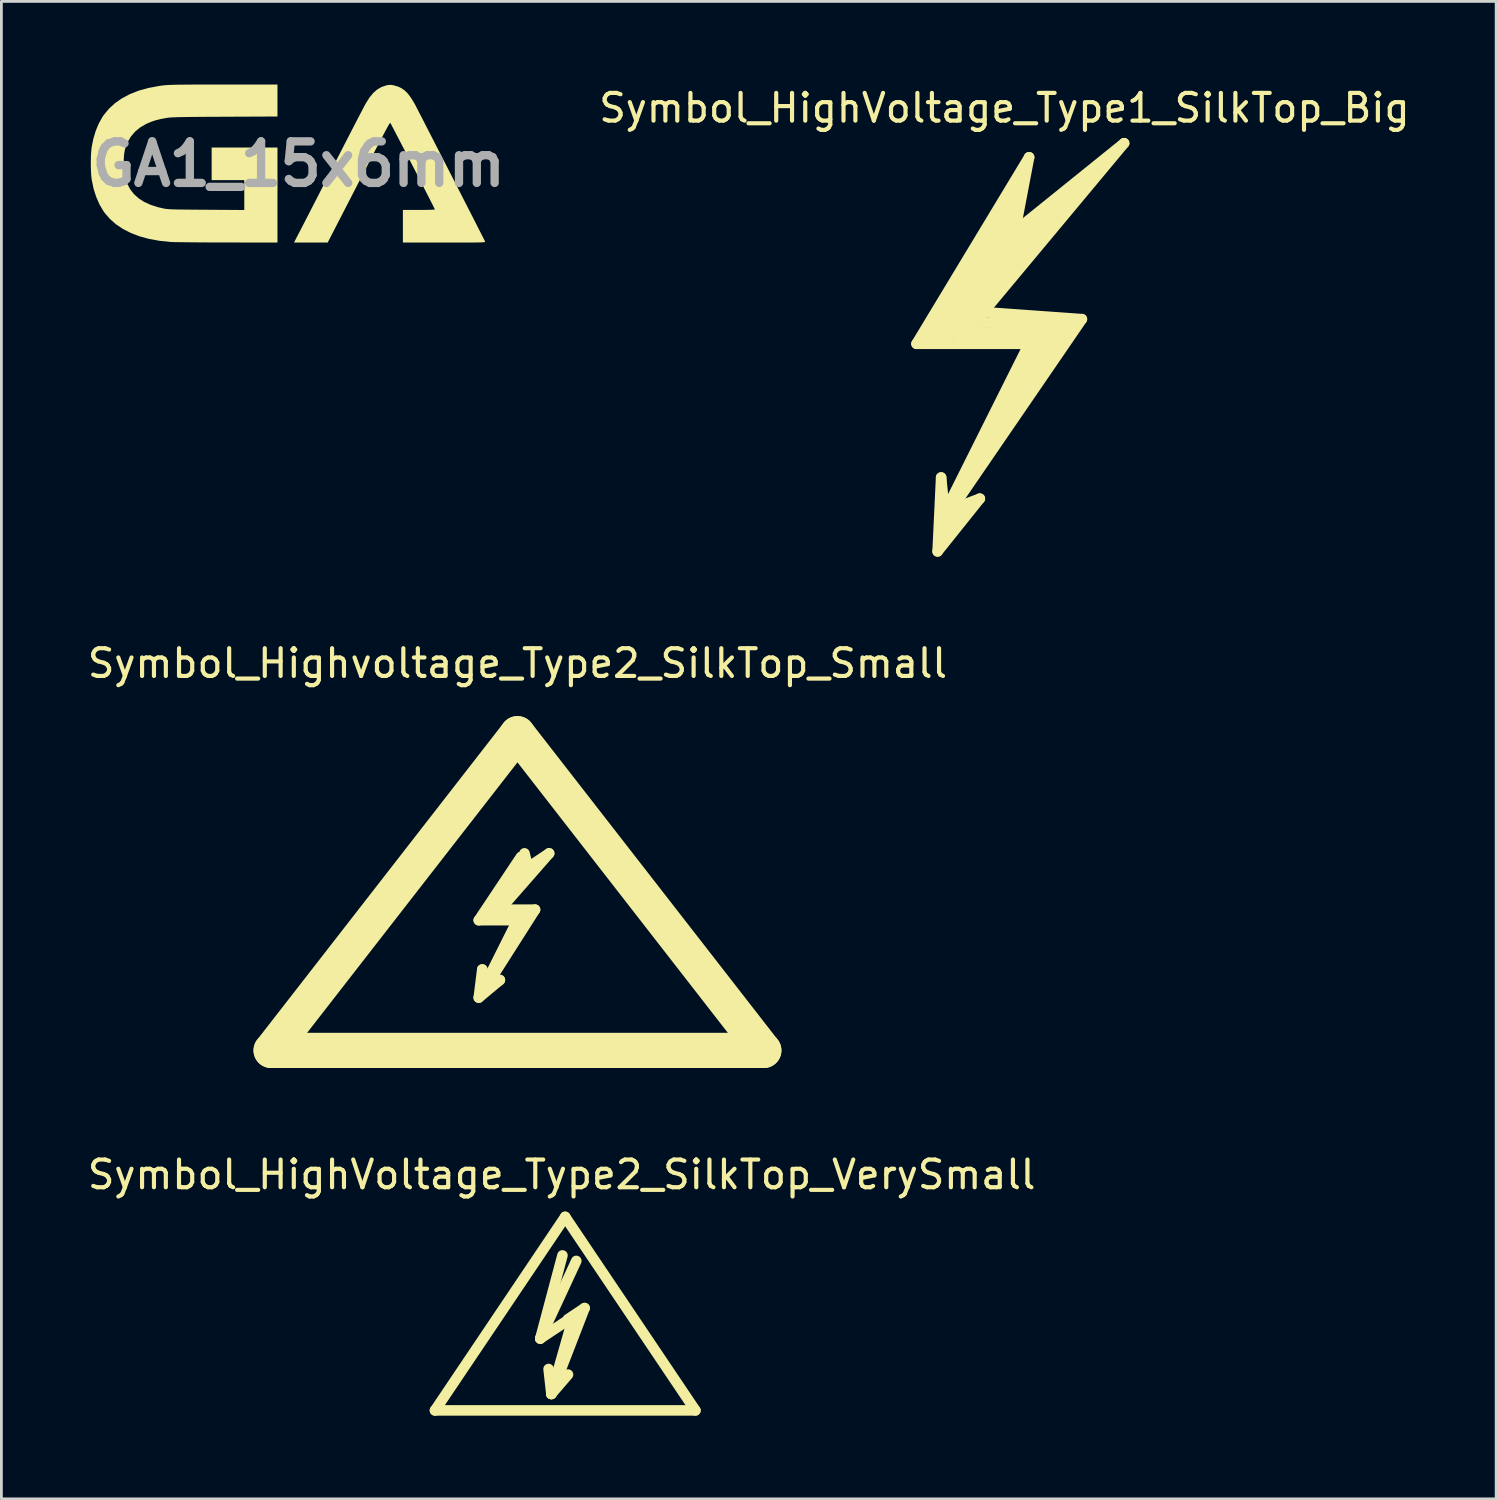
<source format=kicad_pcb>
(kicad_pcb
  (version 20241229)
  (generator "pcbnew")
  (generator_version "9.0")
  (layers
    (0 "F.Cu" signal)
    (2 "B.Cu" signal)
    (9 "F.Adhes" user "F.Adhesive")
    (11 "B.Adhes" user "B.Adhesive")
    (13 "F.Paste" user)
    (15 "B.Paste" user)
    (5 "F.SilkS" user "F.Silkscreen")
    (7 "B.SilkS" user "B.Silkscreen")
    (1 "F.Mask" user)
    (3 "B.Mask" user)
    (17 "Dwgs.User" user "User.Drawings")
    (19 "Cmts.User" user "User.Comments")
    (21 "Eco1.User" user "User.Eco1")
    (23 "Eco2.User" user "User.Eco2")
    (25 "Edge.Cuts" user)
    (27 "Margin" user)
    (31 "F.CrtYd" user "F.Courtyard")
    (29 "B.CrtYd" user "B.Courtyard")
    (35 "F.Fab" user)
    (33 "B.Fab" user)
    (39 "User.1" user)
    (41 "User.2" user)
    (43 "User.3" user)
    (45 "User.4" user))
  (footprint "Symbol_Highvoltage_Type2_SilkTop_Small"
    (layer "F.Cu")
    (at 15.625 31.049)
    (property "Reference" "Symbol_Highvoltage_Type2_SilkTop_Small" (at 0 -10.16 0) (layer "F.SilkS") (effects (font (size 1 1) (thickness 0.15))))
    (attr exclude_from_pos_files exclude_from_bom)
    (fp_line (start -8.89 3.81) (end 0 -7.62) (stroke (width 1.27) (type solid)) (layer "F.SilkS"))
    (fp_line (start -1.397 -0.889) (end 0 -0.889) (stroke (width 0.381) (type solid)) (layer "F.SilkS"))
    (fp_line (start -1.397 1.905) (end -0.635 1.27) (stroke (width 0.381) (type solid)) (layer "F.SilkS"))
    (fp_line (start -1.27 0.889) (end -1.397 1.905) (stroke (width 0.381) (type solid)) (layer "F.SilkS"))
    (fp_line (start -1.143 1.397) (end -1.27 0.889) (stroke (width 0.381) (type solid)) (layer "F.SilkS"))
    (fp_line (start -1.143 1.524) (end 0.635 -1.27) (stroke (width 0.381) (type solid)) (layer "F.SilkS"))
    (fp_line (start -1.016 -1.016) (end 0.254 -1.016) (stroke (width 0.381) (type solid)) (layer "F.SilkS"))
    (fp_line (start -0.635 -1.27) (end 1.143 -3.302) (stroke (width 0.381) (type solid)) (layer "F.SilkS"))
    (fp_line (start -0.635 1.27) (end -1.143 1.524) (stroke (width 0.381) (type solid)) (layer "F.SilkS"))
    (fp_line (start 0 -7.62) (end 8.89 3.81) (stroke (width 1.27) (type solid)) (layer "F.SilkS"))
    (fp_line (start 0 -0.889) (end -1.143 1.397) (stroke (width 0.381) (type solid)) (layer "F.SilkS"))
    (fp_line (start 0.127 -3.175) (end -1.397 -0.889) (stroke (width 0.381) (type solid)) (layer "F.SilkS"))
    (fp_line (start 0.381 -2.921) (end -1.016 -1.016) (stroke (width 0.381) (type solid)) (layer "F.SilkS"))
    (fp_line (start 0.381 -2.794) (end 0.254 -3.302) (stroke (width 0.381) (type solid)) (layer "F.SilkS"))
    (fp_line (start 0.635 -1.27) (end -0.635 -1.27) (stroke (width 0.381) (type solid)) (layer "F.SilkS"))
    (fp_line (start 1.143 -3.302) (end 0.381 -2.794) (stroke (width 0.381) (type solid)) (layer "F.SilkS"))
    (fp_line (start 8.89 3.81) (end -8.89 3.81) (stroke (width 1.27) (type solid)) (layer "F.SilkS")))
  (footprint "Symbol_HighVoltage_Type1_SilkTop_Big"
    (layer "F.Cu")
    (at 33.201 8.976)
    (property "Reference" "Symbol_HighVoltage_Type1_SilkTop_Big" (at 0 -8.128 0) (layer "F.SilkS") (effects (font (size 1 1) (thickness 0.15))))
    (attr exclude_from_pos_files exclude_from_bom)
    (fp_line (start -3.175 0.381) (end 0.889 0.381) (stroke (width 0.381) (type solid)) (layer "F.SilkS"))
    (fp_line (start -2.794 0.254) (end 0.381 -4.318) (stroke (width 0.381) (type solid)) (layer "F.SilkS"))
    (fp_line (start -2.413 0.127) (end 0.254 -3.556) (stroke (width 0.381) (type solid)) (layer "F.SilkS"))
    (fp_line (start -2.413 7.874) (end -0.889 5.969) (stroke (width 0.381) (type solid)) (layer "F.SilkS"))
    (fp_line (start -2.286 5.207) (end -2.413 7.874) (stroke (width 0.381) (type solid)) (layer "F.SilkS"))
    (fp_line (start -2.286 7.239) (end -1.905 6.35) (stroke (width 0.381) (type solid)) (layer "F.SilkS"))
    (fp_line (start -2.159 6.477) (end -2.286 5.207) (stroke (width 0.381) (type solid)) (layer "F.SilkS"))
    (fp_line (start -2.032 0.127) (end 2.667 -5.207) (stroke (width 0.381) (type solid)) (layer "F.SilkS"))
    (fp_line (start -1.905 6.096) (end -1.778 6.223) (stroke (width 0.381) (type solid)) (layer "F.SilkS"))
    (fp_line (start -1.905 6.35) (end -1.778 5.969) (stroke (width 0.381) (type solid)) (layer "F.SilkS"))
    (fp_line (start -1.905 6.35) (end 2.794 -0.508) (stroke (width 0.381) (type solid)) (layer "F.SilkS"))
    (fp_line (start -1.778 5.969) (end -1.905 6.096) (stroke (width 0.381) (type solid)) (layer "F.SilkS"))
    (fp_line (start -1.651 0.254) (end 2.032 0.127) (stroke (width 0.381) (type solid)) (layer "F.SilkS"))
    (fp_line (start -1.524 6.477) (end -2.286 7.239) (stroke (width 0.381) (type solid)) (layer "F.SilkS"))
    (fp_line (start -1.397 5.461) (end 1.397 0.127) (stroke (width 0.381) (type solid)) (layer "F.SilkS"))
    (fp_line (start -1.143 0) (end 1.905 -0.127) (stroke (width 0.381) (type solid)) (layer "F.SilkS"))
    (fp_line (start -1.016 -1.524) (end 1.524 -4.445) (stroke (width 0.381) (type solid)) (layer "F.SilkS"))
    (fp_line (start -1.016 -1.016) (end -0.762 -0.381) (stroke (width 0.381) (type solid)) (layer "F.SilkS"))
    (fp_line (start -1.016 -0.381) (end -1.143 0) (stroke (width 0.381) (type solid)) (layer "F.SilkS"))
    (fp_line (start -0.889 5.969) (end -1.905 6.35) (stroke (width 0.381) (type solid)) (layer "F.SilkS"))
    (fp_line (start -0.762 -0.762) (end 4.318 -6.858) (stroke (width 0.381) (type solid)) (layer "F.SilkS"))
    (fp_line (start 0.254 -3.556) (end -2.032 0.127) (stroke (width 0.381) (type solid)) (layer "F.SilkS"))
    (fp_line (start 0.381 -4.318) (end -2.413 0.127) (stroke (width 0.381) (type solid)) (layer "F.SilkS"))
    (fp_line (start 0.381 -3.683) (end 0.889 -6.35) (stroke (width 0.381) (type solid)) (layer "F.SilkS"))
    (fp_line (start 0.508 -5.588) (end 0.381 -4.953) (stroke (width 0.381) (type solid)) (layer "F.SilkS"))
    (fp_line (start 0.508 -5.08) (end -2.794 0.254) (stroke (width 0.381) (type solid)) (layer "F.SilkS"))
    (fp_line (start 0.889 -6.35) (end -3.175 0.381) (stroke (width 0.381) (type solid)) (layer "F.SilkS"))
    (fp_line (start 0.889 0.381) (end -2.159 6.477) (stroke (width 0.381) (type solid)) (layer "F.SilkS"))
    (fp_line (start 1.397 0.127) (end 2.032 0.127) (stroke (width 0.381) (type solid)) (layer "F.SilkS"))
    (fp_line (start 1.524 -4.445) (end -1.651 0.254) (stroke (width 0.381) (type solid)) (layer "F.SilkS"))
    (fp_line (start 1.905 -0.127) (end -1.397 5.461) (stroke (width 0.381) (type solid)) (layer "F.SilkS"))
    (fp_line (start 2.032 0.127) (end 0.762 2.159) (stroke (width 0.381) (type solid)) (layer "F.SilkS"))
    (fp_line (start 2.032 0.127) (end 2.413 -0.381) (stroke (width 0.381) (type solid)) (layer "F.SilkS"))
    (fp_line (start 2.413 -0.381) (end -1.016 -0.381) (stroke (width 0.381) (type solid)) (layer "F.SilkS"))
    (fp_line (start 2.667 -5.207) (end -1.016 -1.524) (stroke (width 0.381) (type solid)) (layer "F.SilkS"))
    (fp_line (start 2.794 -0.508) (end -0.762 -0.762) (stroke (width 0.381) (type solid)) (layer "F.SilkS"))
    (fp_line (start 3.048 -5.461) (end 0.127 -3.175) (stroke (width 0.381) (type solid)) (layer "F.SilkS"))
    (fp_line (start 4.318 -6.858) (end 0.381 -3.683) (stroke (width 0.381) (type solid)) (layer "F.SilkS")))
  (footprint "GA1_15x6mm"
    (layer "F.Cu")
    (at 7.729 2.873)
    (property "Reference" "GA1_15x6mm" (at 0 0 0) (layer "F.Fab") (effects (font (size 1.5 1.5) (thickness 0.3))))
    (attr board_only exclude_from_pos_files exclude_from_bom)
    (fp_poly (pts (xy -0.765 -2.296) (xy -0.765 -1.718) (xy -2.661 -1.71) (xy -2.993 -1.708) (xy -3.286 -1.707) (xy -3.543 -1.705) (xy -3.767 -1.703) (xy -3.961 -1.701) (xy -4.126 -1.699) (xy -4.267 -1.696) (xy -4.385 -1.694) (xy -4.483 -1.69) (xy -4.564 -1.687) (xy -4.631 -1.682) (xy -4.686 -1.678) (xy -4.732 -1.672) (xy -4.764 -1.668) (xy -4.973 -1.629) (xy -5.153 -1.585) (xy -5.317 -1.53) (xy -5.477 -1.463) (xy -5.515 -1.444) (xy -5.726 -1.32) (xy -5.908 -1.168) (xy -6.059 -0.99) (xy -6.177 -0.788) (xy -6.26 -0.564) (xy -6.276 -0.502) (xy -6.297 -0.377) (xy -6.31 -0.226) (xy -6.315 -0.059) (xy -6.312 0.11) (xy -6.301 0.27) (xy -6.282 0.409) (xy -6.266 0.482) (xy -6.187 0.708) (xy -6.08 0.909) (xy -5.943 1.084) (xy -5.775 1.235) (xy -5.576 1.363) (xy -5.343 1.47) (xy -5.076 1.555) (xy -4.857 1.605) (xy -4.816 1.612) (xy -4.768 1.618) (xy -4.71 1.623) (xy -4.638 1.628) (xy -4.55 1.632) (xy -4.442 1.635) (xy -4.311 1.638) (xy -4.153 1.64) (xy -3.966 1.642) (xy -3.746 1.644) (xy -3.489 1.646) (xy -3.322 1.647) (xy -1.963 1.656) (xy -1.963 1.117) (xy -1.963 0.579) (xy -2.552 0.579) (xy -3.141 0.579) (xy -3.141 -0.01) (xy -3.141 -0.599) (xy -1.953 -0.599) (xy -0.765 -0.599) (xy -0.765 1.116) (xy -0.765 2.831) (xy -2.578 2.828) (xy -2.854 2.828) (xy -3.123 2.827) (xy -3.381 2.826) (xy -3.624 2.824) (xy -3.849 2.822) (xy -4.052 2.82) (xy -4.231 2.818) (xy -4.381 2.816) (xy -4.5 2.814) (xy -4.583 2.811) (xy -4.619 2.81) (xy -5.022 2.768) (xy -5.397 2.7) (xy -5.742 2.606) (xy -6.057 2.486) (xy -6.341 2.341) (xy -6.593 2.172) (xy -6.814 1.977) (xy -7.002 1.759) (xy -7.05 1.691) (xy -7.191 1.45) (xy -7.309 1.179) (xy -7.402 0.885) (xy -7.467 0.572) (xy -7.471 0.547) (xy -7.486 0.413) (xy -7.496 0.249) (xy -7.501 0.067) (xy -7.501 -0.121) (xy -7.496 -0.303) (xy -7.486 -0.468) (xy -7.472 -0.605) (xy -7.471 -0.609) (xy -7.411 -0.912) (xy -7.325 -1.199) (xy -7.215 -1.463) (xy -7.085 -1.697) (xy -7.034 -1.772) (xy -6.847 -2) (xy -6.627 -2.201) (xy -6.375 -2.377) (xy -6.091 -2.527) (xy -5.775 -2.651) (xy -5.427 -2.748) (xy -5.047 -2.82) (xy -4.882 -2.842) (xy -4.829 -2.847) (xy -4.766 -2.852) (xy -4.692 -2.856) (xy -4.603 -2.86) (xy -4.496 -2.863) (xy -4.37 -2.866) (xy -4.221 -2.868) (xy -4.047 -2.869) (xy -3.844 -2.871) (xy -3.612 -2.872) (xy -3.345 -2.872) (xy -3.043 -2.873) (xy -2.703 -2.873) (xy -2.692 -2.873) (xy -0.765 -2.873)) (stroke (width 0) (type solid)) (fill yes) (layer "F.SilkS"))
    (fp_poly (pts (xy 3.382 -2.853) (xy 3.434 -2.842) (xy 3.58 -2.801) (xy 3.71 -2.74) (xy 3.829 -2.655) (xy 3.942 -2.542) (xy 4.051 -2.397) (xy 4.162 -2.217) (xy 4.205 -2.139) (xy 4.227 -2.098) (xy 4.265 -2.023) (xy 4.319 -1.919) (xy 4.387 -1.787) (xy 4.468 -1.63) (xy 4.559 -1.452) (xy 4.661 -1.253) (xy 4.772 -1.037) (xy 4.89 -0.807) (xy 5.013 -0.566) (xy 5.142 -0.315) (xy 5.273 -0.058) (xy 5.407 0.203) (xy 5.541 0.465) (xy 5.674 0.726) (xy 5.806 0.983) (xy 5.933 1.233) (xy 6.056 1.474) (xy 6.173 1.703) (xy 6.283 1.917) (xy 6.383 2.114) (xy 6.473 2.292) (xy 6.552 2.447) (xy 6.618 2.576) (xy 6.67 2.679) (xy 6.706 2.75) (xy 6.725 2.789) (xy 6.728 2.795) (xy 6.729 2.802) (xy 6.724 2.808) (xy 6.711 2.813) (xy 6.687 2.817) (xy 6.649 2.821) (xy 6.594 2.824) (xy 6.52 2.826) (xy 6.423 2.828) (xy 6.302 2.829) (xy 6.153 2.83) (xy 5.973 2.831) (xy 5.76 2.831) (xy 5.511 2.831) (xy 5.252 2.831) (xy 3.761 2.831) (xy 3.761 2.242) (xy 3.761 1.653) (xy 4.342 1.653) (xy 4.505 1.653) (xy 4.646 1.651) (xy 4.761 1.648) (xy 4.848 1.644) (xy 4.9 1.639) (xy 4.915 1.635) (xy 4.903 1.607) (xy 4.873 1.547) (xy 4.828 1.457) (xy 4.769 1.342) (xy 4.699 1.203) (xy 4.618 1.045) (xy 4.529 0.871) (xy 4.433 0.684) (xy 4.332 0.486) (xy 4.227 0.282) (xy 4.12 0.075) (xy 4.014 -0.132) (xy 3.908 -0.336) (xy 3.806 -0.533) (xy 3.709 -0.72) (xy 3.619 -0.895) (xy 3.536 -1.053) (xy 3.464 -1.192) (xy 3.403 -1.308) (xy 3.356 -1.398) (xy 3.323 -1.459) (xy 3.307 -1.486) (xy 3.306 -1.488) (xy 3.299 -1.484) (xy 3.288 -1.472) (xy 3.271 -1.449) (xy 3.249 -1.413) (xy 3.22 -1.363) (xy 3.184 -1.297) (xy 3.138 -1.214) (xy 3.083 -1.11) (xy 3.017 -0.985) (xy 2.939 -0.837) (xy 2.849 -0.664) (xy 2.745 -0.464) (xy 2.626 -0.235) (xy 2.492 0.025) (xy 2.341 0.317) (xy 2.173 0.643) (xy 2.097 0.791) (xy 1.047 2.831) (xy 0.439 2.831) (xy -0.169 2.831) (xy 0.027 2.454) (xy 0.063 2.384) (xy 0.116 2.28) (xy 0.186 2.146) (xy 0.269 1.983) (xy 0.366 1.796) (xy 0.473 1.586) (xy 0.591 1.358) (xy 0.716 1.113) (xy 0.848 0.856) (xy 0.986 0.588) (xy 1.127 0.313) (xy 1.261 0.052) (xy 1.402 -0.223) (xy 1.54 -0.491) (xy 1.673 -0.75) (xy 1.8 -0.996) (xy 1.919 -1.227) (xy 2.029 -1.441) (xy 2.129 -1.634) (xy 2.218 -1.803) (xy 2.293 -1.947) (xy 2.353 -2.063) (xy 2.398 -2.147) (xy 2.425 -2.197) (xy 2.426 -2.198) (xy 2.554 -2.401) (xy 2.688 -2.565) (xy 2.832 -2.691) (xy 2.987 -2.782) (xy 3.155 -2.839) (xy 3.159 -2.84) (xy 3.244 -2.856) (xy 3.311 -2.861)) (stroke (width 0) (type solid)) (fill yes) (layer "F.SilkS")))
  (footprint "Symbol_HighVoltage_Type2_SilkTop_VerySmall"
    (layer "F.Cu")
    (at 17.347 45.057)
    (property "Reference" "Symbol_HighVoltage_Type2_SilkTop_VerySmall" (at -0.127 -5.715 0) (layer "F.SilkS") (effects (font (size 1 1) (thickness 0.15))))
    (attr exclude_from_pos_files exclude_from_bom)
    (fp_line (start -4.699 2.794) (end 0 -4.191) (stroke (width 0.381) (type solid)) (layer "F.SilkS"))
    (fp_line (start -0.899 0.201) (end 0.3 -0.599) (stroke (width 0.381) (type solid)) (layer "F.SilkS"))
    (fp_line (start -0.899 0.201) (end 0.401 -2.601) (stroke (width 0.381) (type solid)) (layer "F.SilkS"))
    (fp_line (start -0.498 2.2) (end -0.599 1.3) (stroke (width 0.381) (type solid)) (layer "F.SilkS"))
    (fp_line (start -0.498 2.2) (end 0.102 1.501) (stroke (width 0.381) (type solid)) (layer "F.SilkS"))
    (fp_line (start -0.498 2.2) (end 0.701 -0.899) (stroke (width 0.381) (type solid)) (layer "F.SilkS"))
    (fp_line (start -0.099 -2.799) (end -0.899 0.201) (stroke (width 0.381) (type solid)) (layer "F.SilkS"))
    (fp_line (start 0 -4.191) (end 4.699 2.794) (stroke (width 0.381) (type solid)) (layer "F.SilkS"))
    (fp_line (start 0.3 -0.599) (end -0.498 2.2) (stroke (width 0.381) (type solid)) (layer "F.SilkS"))
    (fp_line (start 0.701 -0.899) (end 0.102 -0.5) (stroke (width 0.381) (type solid)) (layer "F.SilkS"))
    (fp_line (start 4.699 2.794) (end -4.699 2.794) (stroke (width 0.381) (type solid)) (layer "F.SilkS")))
  (gr_rect
    (start -3 -3)
    (end 50.945 51.042)
    (stroke (width 0.1) (type default))
    (fill no)
    (layer "Edge.Cuts")))
</source>
